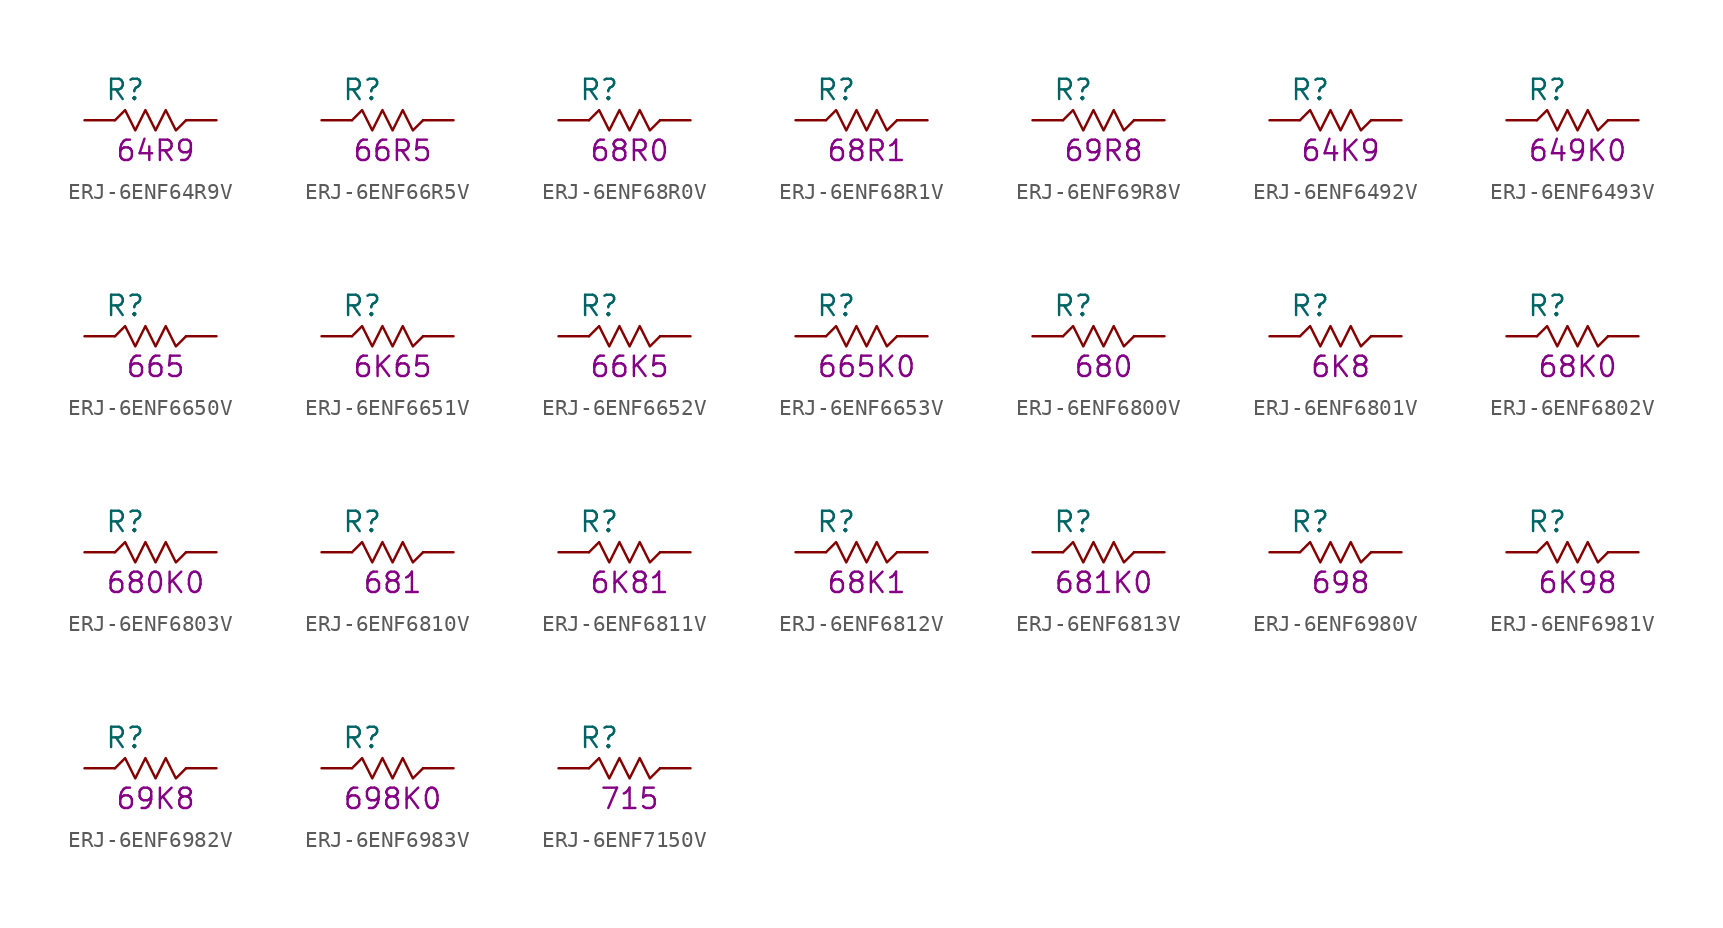
<source format=kicad_sym>
(kicad_symbol_lib
  (version 20211014)
  (generator KiCadLib_py)
  (symbol "ERJ-6ENF64R9V"
    (pin_numbers hide)
    (pin_names hide)
    (property "Reference" "R"
      (at -1.905 1.905 0)
      (effects (font (size 1.27 1.27))))
    (property "Val" "64R9"
      (at 0 -1.905 0)
      (effects (font (size 1.27 1.27))))
    (symbol "ERJ-6ENF64R9V_0_1"
      (polyline (pts (xy -2.54 0) (xy -1.905 0.635) (xy -1.27 -0.635) (xy -0.635 0.635) (xy 0 -0.635) (xy 0.635 0.635) (xy 1.27 -0.635) (xy 1.905 0)) (stroke (width 0) (type default) (color 0 0 0 0)) (fill (type none))))
    (symbol "ERJ-6ENF64R9V_1_1"
      (pin passive line (at -4.445 0 0) (length 1.905) (name "~" (effects (font (size 1.27 1.27)))) (number "1" (effects (font (size 1.27 1.27)))))
      (pin passive line (at 3.81 0 180) (length 1.905) (name "~" (effects (font (size 1.27 1.27)))) (number "2" (effects (font (size 1.27 1.27)))))))
  (symbol "ERJ-6ENF66R5V"
    (pin_numbers hide)
    (pin_names hide)
    (property "Reference" "R"
      (at -1.905 1.905 0)
      (effects (font (size 1.27 1.27))))
    (property "Val" "66R5"
      (at 0 -1.905 0)
      (effects (font (size 1.27 1.27))))
    (symbol "ERJ-6ENF66R5V_0_1"
      (polyline (pts (xy -2.54 0) (xy -1.905 0.635) (xy -1.27 -0.635) (xy -0.635 0.635) (xy 0 -0.635) (xy 0.635 0.635) (xy 1.27 -0.635) (xy 1.905 0)) (stroke (width 0) (type default) (color 0 0 0 0)) (fill (type none))))
    (symbol "ERJ-6ENF66R5V_1_1"
      (pin passive line (at -4.445 0 0) (length 1.905) (name "~" (effects (font (size 1.27 1.27)))) (number "1" (effects (font (size 1.27 1.27)))))
      (pin passive line (at 3.81 0 180) (length 1.905) (name "~" (effects (font (size 1.27 1.27)))) (number "2" (effects (font (size 1.27 1.27)))))))
  (symbol "ERJ-6ENF68R0V"
    (pin_numbers hide)
    (pin_names hide)
    (property "Reference" "R"
      (at -1.905 1.905 0)
      (effects (font (size 1.27 1.27))))
    (property "Val" "68R0"
      (at 0 -1.905 0)
      (effects (font (size 1.27 1.27))))
    (symbol "ERJ-6ENF68R0V_0_1"
      (polyline (pts (xy -2.54 0) (xy -1.905 0.635) (xy -1.27 -0.635) (xy -0.635 0.635) (xy 0 -0.635) (xy 0.635 0.635) (xy 1.27 -0.635) (xy 1.905 0)) (stroke (width 0) (type default) (color 0 0 0 0)) (fill (type none))))
    (symbol "ERJ-6ENF68R0V_1_1"
      (pin passive line (at -4.445 0 0) (length 1.905) (name "~" (effects (font (size 1.27 1.27)))) (number "1" (effects (font (size 1.27 1.27)))))
      (pin passive line (at 3.81 0 180) (length 1.905) (name "~" (effects (font (size 1.27 1.27)))) (number "2" (effects (font (size 1.27 1.27)))))))
  (symbol "ERJ-6ENF68R1V"
    (pin_numbers hide)
    (pin_names hide)
    (property "Reference" "R"
      (at -1.905 1.905 0)
      (effects (font (size 1.27 1.27))))
    (property "Val" "68R1"
      (at 0 -1.905 0)
      (effects (font (size 1.27 1.27))))
    (symbol "ERJ-6ENF68R1V_0_1"
      (polyline (pts (xy -2.54 0) (xy -1.905 0.635) (xy -1.27 -0.635) (xy -0.635 0.635) (xy 0 -0.635) (xy 0.635 0.635) (xy 1.27 -0.635) (xy 1.905 0)) (stroke (width 0) (type default) (color 0 0 0 0)) (fill (type none))))
    (symbol "ERJ-6ENF68R1V_1_1"
      (pin passive line (at -4.445 0 0) (length 1.905) (name "~" (effects (font (size 1.27 1.27)))) (number "1" (effects (font (size 1.27 1.27)))))
      (pin passive line (at 3.81 0 180) (length 1.905) (name "~" (effects (font (size 1.27 1.27)))) (number "2" (effects (font (size 1.27 1.27)))))))
  (symbol "ERJ-6ENF69R8V"
    (pin_numbers hide)
    (pin_names hide)
    (property "Reference" "R"
      (at -1.905 1.905 0)
      (effects (font (size 1.27 1.27))))
    (property "Val" "69R8"
      (at 0 -1.905 0)
      (effects (font (size 1.27 1.27))))
    (symbol "ERJ-6ENF69R8V_0_1"
      (polyline (pts (xy -2.54 0) (xy -1.905 0.635) (xy -1.27 -0.635) (xy -0.635 0.635) (xy 0 -0.635) (xy 0.635 0.635) (xy 1.27 -0.635) (xy 1.905 0)) (stroke (width 0) (type default) (color 0 0 0 0)) (fill (type none))))
    (symbol "ERJ-6ENF69R8V_1_1"
      (pin passive line (at -4.445 0 0) (length 1.905) (name "~" (effects (font (size 1.27 1.27)))) (number "1" (effects (font (size 1.27 1.27)))))
      (pin passive line (at 3.81 0 180) (length 1.905) (name "~" (effects (font (size 1.27 1.27)))) (number "2" (effects (font (size 1.27 1.27)))))))
  (symbol "ERJ-6ENF6492V"
    (pin_numbers hide)
    (pin_names hide)
    (property "Reference" "R"
      (at -1.905 1.905 0)
      (effects (font (size 1.27 1.27))))
    (property "Val" "64K9"
      (at 0 -1.905 0)
      (effects (font (size 1.27 1.27))))
    (symbol "ERJ-6ENF6492V_0_1"
      (polyline (pts (xy -2.54 0) (xy -1.905 0.635) (xy -1.27 -0.635) (xy -0.635 0.635) (xy 0 -0.635) (xy 0.635 0.635) (xy 1.27 -0.635) (xy 1.905 0)) (stroke (width 0) (type default) (color 0 0 0 0)) (fill (type none))))
    (symbol "ERJ-6ENF6492V_1_1"
      (pin passive line (at -4.445 0 0) (length 1.905) (name "~" (effects (font (size 1.27 1.27)))) (number "1" (effects (font (size 1.27 1.27)))))
      (pin passive line (at 3.81 0 180) (length 1.905) (name "~" (effects (font (size 1.27 1.27)))) (number "2" (effects (font (size 1.27 1.27)))))))
  (symbol "ERJ-6ENF6493V"
    (pin_numbers hide)
    (pin_names hide)
    (property "Reference" "R"
      (at -1.905 1.905 0)
      (effects (font (size 1.27 1.27))))
    (property "Val" "649K0"
      (at 0 -1.905 0)
      (effects (font (size 1.27 1.27))))
    (symbol "ERJ-6ENF6493V_0_1"
      (polyline (pts (xy -2.54 0) (xy -1.905 0.635) (xy -1.27 -0.635) (xy -0.635 0.635) (xy 0 -0.635) (xy 0.635 0.635) (xy 1.27 -0.635) (xy 1.905 0)) (stroke (width 0) (type default) (color 0 0 0 0)) (fill (type none))))
    (symbol "ERJ-6ENF6493V_1_1"
      (pin passive line (at -4.445 0 0) (length 1.905) (name "~" (effects (font (size 1.27 1.27)))) (number "1" (effects (font (size 1.27 1.27)))))
      (pin passive line (at 3.81 0 180) (length 1.905) (name "~" (effects (font (size 1.27 1.27)))) (number "2" (effects (font (size 1.27 1.27)))))))
  (symbol "ERJ-6ENF6650V"
    (pin_numbers hide)
    (pin_names hide)
    (property "Reference" "R"
      (at -1.905 1.905 0)
      (effects (font (size 1.27 1.27))))
    (property "Val" "665"
      (at 0 -1.905 0)
      (effects (font (size 1.27 1.27))))
    (symbol "ERJ-6ENF6650V_0_1"
      (polyline (pts (xy -2.54 0) (xy -1.905 0.635) (xy -1.27 -0.635) (xy -0.635 0.635) (xy 0 -0.635) (xy 0.635 0.635) (xy 1.27 -0.635) (xy 1.905 0)) (stroke (width 0) (type default) (color 0 0 0 0)) (fill (type none))))
    (symbol "ERJ-6ENF6650V_1_1"
      (pin passive line (at -4.445 0 0) (length 1.905) (name "~" (effects (font (size 1.27 1.27)))) (number "1" (effects (font (size 1.27 1.27)))))
      (pin passive line (at 3.81 0 180) (length 1.905) (name "~" (effects (font (size 1.27 1.27)))) (number "2" (effects (font (size 1.27 1.27)))))))
  (symbol "ERJ-6ENF6651V"
    (pin_numbers hide)
    (pin_names hide)
    (property "Reference" "R"
      (at -1.905 1.905 0)
      (effects (font (size 1.27 1.27))))
    (property "Val" "6K65"
      (at 0 -1.905 0)
      (effects (font (size 1.27 1.27))))
    (symbol "ERJ-6ENF6651V_0_1"
      (polyline (pts (xy -2.54 0) (xy -1.905 0.635) (xy -1.27 -0.635) (xy -0.635 0.635) (xy 0 -0.635) (xy 0.635 0.635) (xy 1.27 -0.635) (xy 1.905 0)) (stroke (width 0) (type default) (color 0 0 0 0)) (fill (type none))))
    (symbol "ERJ-6ENF6651V_1_1"
      (pin passive line (at -4.445 0 0) (length 1.905) (name "~" (effects (font (size 1.27 1.27)))) (number "1" (effects (font (size 1.27 1.27)))))
      (pin passive line (at 3.81 0 180) (length 1.905) (name "~" (effects (font (size 1.27 1.27)))) (number "2" (effects (font (size 1.27 1.27)))))))
  (symbol "ERJ-6ENF6652V"
    (pin_numbers hide)
    (pin_names hide)
    (property "Reference" "R"
      (at -1.905 1.905 0)
      (effects (font (size 1.27 1.27))))
    (property "Val" "66K5"
      (at 0 -1.905 0)
      (effects (font (size 1.27 1.27))))
    (symbol "ERJ-6ENF6652V_0_1"
      (polyline (pts (xy -2.54 0) (xy -1.905 0.635) (xy -1.27 -0.635) (xy -0.635 0.635) (xy 0 -0.635) (xy 0.635 0.635) (xy 1.27 -0.635) (xy 1.905 0)) (stroke (width 0) (type default) (color 0 0 0 0)) (fill (type none))))
    (symbol "ERJ-6ENF6652V_1_1"
      (pin passive line (at -4.445 0 0) (length 1.905) (name "~" (effects (font (size 1.27 1.27)))) (number "1" (effects (font (size 1.27 1.27)))))
      (pin passive line (at 3.81 0 180) (length 1.905) (name "~" (effects (font (size 1.27 1.27)))) (number "2" (effects (font (size 1.27 1.27)))))))
  (symbol "ERJ-6ENF6653V"
    (pin_numbers hide)
    (pin_names hide)
    (property "Reference" "R"
      (at -1.905 1.905 0)
      (effects (font (size 1.27 1.27))))
    (property "Val" "665K0"
      (at 0 -1.905 0)
      (effects (font (size 1.27 1.27))))
    (symbol "ERJ-6ENF6653V_0_1"
      (polyline (pts (xy -2.54 0) (xy -1.905 0.635) (xy -1.27 -0.635) (xy -0.635 0.635) (xy 0 -0.635) (xy 0.635 0.635) (xy 1.27 -0.635) (xy 1.905 0)) (stroke (width 0) (type default) (color 0 0 0 0)) (fill (type none))))
    (symbol "ERJ-6ENF6653V_1_1"
      (pin passive line (at -4.445 0 0) (length 1.905) (name "~" (effects (font (size 1.27 1.27)))) (number "1" (effects (font (size 1.27 1.27)))))
      (pin passive line (at 3.81 0 180) (length 1.905) (name "~" (effects (font (size 1.27 1.27)))) (number "2" (effects (font (size 1.27 1.27)))))))
  (symbol "ERJ-6ENF6800V"
    (pin_numbers hide)
    (pin_names hide)
    (property "Reference" "R"
      (at -1.905 1.905 0)
      (effects (font (size 1.27 1.27))))
    (property "Val" "680"
      (at 0 -1.905 0)
      (effects (font (size 1.27 1.27))))
    (symbol "ERJ-6ENF6800V_0_1"
      (polyline (pts (xy -2.54 0) (xy -1.905 0.635) (xy -1.27 -0.635) (xy -0.635 0.635) (xy 0 -0.635) (xy 0.635 0.635) (xy 1.27 -0.635) (xy 1.905 0)) (stroke (width 0) (type default) (color 0 0 0 0)) (fill (type none))))
    (symbol "ERJ-6ENF6800V_1_1"
      (pin passive line (at -4.445 0 0) (length 1.905) (name "~" (effects (font (size 1.27 1.27)))) (number "1" (effects (font (size 1.27 1.27)))))
      (pin passive line (at 3.81 0 180) (length 1.905) (name "~" (effects (font (size 1.27 1.27)))) (number "2" (effects (font (size 1.27 1.27)))))))
  (symbol "ERJ-6ENF6801V"
    (pin_numbers hide)
    (pin_names hide)
    (property "Reference" "R"
      (at -1.905 1.905 0)
      (effects (font (size 1.27 1.27))))
    (property "Val" "6K8"
      (at 0 -1.905 0)
      (effects (font (size 1.27 1.27))))
    (symbol "ERJ-6ENF6801V_0_1"
      (polyline (pts (xy -2.54 0) (xy -1.905 0.635) (xy -1.27 -0.635) (xy -0.635 0.635) (xy 0 -0.635) (xy 0.635 0.635) (xy 1.27 -0.635) (xy 1.905 0)) (stroke (width 0) (type default) (color 0 0 0 0)) (fill (type none))))
    (symbol "ERJ-6ENF6801V_1_1"
      (pin passive line (at -4.445 0 0) (length 1.905) (name "~" (effects (font (size 1.27 1.27)))) (number "1" (effects (font (size 1.27 1.27)))))
      (pin passive line (at 3.81 0 180) (length 1.905) (name "~" (effects (font (size 1.27 1.27)))) (number "2" (effects (font (size 1.27 1.27)))))))
  (symbol "ERJ-6ENF6802V"
    (pin_numbers hide)
    (pin_names hide)
    (property "Reference" "R"
      (at -1.905 1.905 0)
      (effects (font (size 1.27 1.27))))
    (property "Val" "68K0"
      (at 0 -1.905 0)
      (effects (font (size 1.27 1.27))))
    (symbol "ERJ-6ENF6802V_0_1"
      (polyline (pts (xy -2.54 0) (xy -1.905 0.635) (xy -1.27 -0.635) (xy -0.635 0.635) (xy 0 -0.635) (xy 0.635 0.635) (xy 1.27 -0.635) (xy 1.905 0)) (stroke (width 0) (type default) (color 0 0 0 0)) (fill (type none))))
    (symbol "ERJ-6ENF6802V_1_1"
      (pin passive line (at -4.445 0 0) (length 1.905) (name "~" (effects (font (size 1.27 1.27)))) (number "1" (effects (font (size 1.27 1.27)))))
      (pin passive line (at 3.81 0 180) (length 1.905) (name "~" (effects (font (size 1.27 1.27)))) (number "2" (effects (font (size 1.27 1.27)))))))
  (symbol "ERJ-6ENF6803V"
    (pin_numbers hide)
    (pin_names hide)
    (property "Reference" "R"
      (at -1.905 1.905 0)
      (effects (font (size 1.27 1.27))))
    (property "Val" "680K0"
      (at 0 -1.905 0)
      (effects (font (size 1.27 1.27))))
    (symbol "ERJ-6ENF6803V_0_1"
      (polyline (pts (xy -2.54 0) (xy -1.905 0.635) (xy -1.27 -0.635) (xy -0.635 0.635) (xy 0 -0.635) (xy 0.635 0.635) (xy 1.27 -0.635) (xy 1.905 0)) (stroke (width 0) (type default) (color 0 0 0 0)) (fill (type none))))
    (symbol "ERJ-6ENF6803V_1_1"
      (pin passive line (at -4.445 0 0) (length 1.905) (name "~" (effects (font (size 1.27 1.27)))) (number "1" (effects (font (size 1.27 1.27)))))
      (pin passive line (at 3.81 0 180) (length 1.905) (name "~" (effects (font (size 1.27 1.27)))) (number "2" (effects (font (size 1.27 1.27)))))))
  (symbol "ERJ-6ENF6810V"
    (pin_numbers hide)
    (pin_names hide)
    (property "Reference" "R"
      (at -1.905 1.905 0)
      (effects (font (size 1.27 1.27))))
    (property "Val" "681"
      (at 0 -1.905 0)
      (effects (font (size 1.27 1.27))))
    (symbol "ERJ-6ENF6810V_0_1"
      (polyline (pts (xy -2.54 0) (xy -1.905 0.635) (xy -1.27 -0.635) (xy -0.635 0.635) (xy 0 -0.635) (xy 0.635 0.635) (xy 1.27 -0.635) (xy 1.905 0)) (stroke (width 0) (type default) (color 0 0 0 0)) (fill (type none))))
    (symbol "ERJ-6ENF6810V_1_1"
      (pin passive line (at -4.445 0 0) (length 1.905) (name "~" (effects (font (size 1.27 1.27)))) (number "1" (effects (font (size 1.27 1.27)))))
      (pin passive line (at 3.81 0 180) (length 1.905) (name "~" (effects (font (size 1.27 1.27)))) (number "2" (effects (font (size 1.27 1.27)))))))
  (symbol "ERJ-6ENF6811V"
    (pin_numbers hide)
    (pin_names hide)
    (property "Reference" "R"
      (at -1.905 1.905 0)
      (effects (font (size 1.27 1.27))))
    (property "Val" "6K81"
      (at 0 -1.905 0)
      (effects (font (size 1.27 1.27))))
    (symbol "ERJ-6ENF6811V_0_1"
      (polyline (pts (xy -2.54 0) (xy -1.905 0.635) (xy -1.27 -0.635) (xy -0.635 0.635) (xy 0 -0.635) (xy 0.635 0.635) (xy 1.27 -0.635) (xy 1.905 0)) (stroke (width 0) (type default) (color 0 0 0 0)) (fill (type none))))
    (symbol "ERJ-6ENF6811V_1_1"
      (pin passive line (at -4.445 0 0) (length 1.905) (name "~" (effects (font (size 1.27 1.27)))) (number "1" (effects (font (size 1.27 1.27)))))
      (pin passive line (at 3.81 0 180) (length 1.905) (name "~" (effects (font (size 1.27 1.27)))) (number "2" (effects (font (size 1.27 1.27)))))))
  (symbol "ERJ-6ENF6812V"
    (pin_numbers hide)
    (pin_names hide)
    (property "Reference" "R"
      (at -1.905 1.905 0)
      (effects (font (size 1.27 1.27))))
    (property "Val" "68K1"
      (at 0 -1.905 0)
      (effects (font (size 1.27 1.27))))
    (symbol "ERJ-6ENF6812V_0_1"
      (polyline (pts (xy -2.54 0) (xy -1.905 0.635) (xy -1.27 -0.635) (xy -0.635 0.635) (xy 0 -0.635) (xy 0.635 0.635) (xy 1.27 -0.635) (xy 1.905 0)) (stroke (width 0) (type default) (color 0 0 0 0)) (fill (type none))))
    (symbol "ERJ-6ENF6812V_1_1"
      (pin passive line (at -4.445 0 0) (length 1.905) (name "~" (effects (font (size 1.27 1.27)))) (number "1" (effects (font (size 1.27 1.27)))))
      (pin passive line (at 3.81 0 180) (length 1.905) (name "~" (effects (font (size 1.27 1.27)))) (number "2" (effects (font (size 1.27 1.27)))))))
  (symbol "ERJ-6ENF6813V"
    (pin_numbers hide)
    (pin_names hide)
    (property "Reference" "R"
      (at -1.905 1.905 0)
      (effects (font (size 1.27 1.27))))
    (property "Val" "681K0"
      (at 0 -1.905 0)
      (effects (font (size 1.27 1.27))))
    (symbol "ERJ-6ENF6813V_0_1"
      (polyline (pts (xy -2.54 0) (xy -1.905 0.635) (xy -1.27 -0.635) (xy -0.635 0.635) (xy 0 -0.635) (xy 0.635 0.635) (xy 1.27 -0.635) (xy 1.905 0)) (stroke (width 0) (type default) (color 0 0 0 0)) (fill (type none))))
    (symbol "ERJ-6ENF6813V_1_1"
      (pin passive line (at -4.445 0 0) (length 1.905) (name "~" (effects (font (size 1.27 1.27)))) (number "1" (effects (font (size 1.27 1.27)))))
      (pin passive line (at 3.81 0 180) (length 1.905) (name "~" (effects (font (size 1.27 1.27)))) (number "2" (effects (font (size 1.27 1.27)))))))
  (symbol "ERJ-6ENF6980V"
    (pin_numbers hide)
    (pin_names hide)
    (property "Reference" "R"
      (at -1.905 1.905 0)
      (effects (font (size 1.27 1.27))))
    (property "Val" "698"
      (at 0 -1.905 0)
      (effects (font (size 1.27 1.27))))
    (symbol "ERJ-6ENF6980V_0_1"
      (polyline (pts (xy -2.54 0) (xy -1.905 0.635) (xy -1.27 -0.635) (xy -0.635 0.635) (xy 0 -0.635) (xy 0.635 0.635) (xy 1.27 -0.635) (xy 1.905 0)) (stroke (width 0) (type default) (color 0 0 0 0)) (fill (type none))))
    (symbol "ERJ-6ENF6980V_1_1"
      (pin passive line (at -4.445 0 0) (length 1.905) (name "~" (effects (font (size 1.27 1.27)))) (number "1" (effects (font (size 1.27 1.27)))))
      (pin passive line (at 3.81 0 180) (length 1.905) (name "~" (effects (font (size 1.27 1.27)))) (number "2" (effects (font (size 1.27 1.27)))))))
  (symbol "ERJ-6ENF6981V"
    (pin_numbers hide)
    (pin_names hide)
    (property "Reference" "R"
      (at -1.905 1.905 0)
      (effects (font (size 1.27 1.27))))
    (property "Val" "6K98"
      (at 0 -1.905 0)
      (effects (font (size 1.27 1.27))))
    (symbol "ERJ-6ENF6981V_0_1"
      (polyline (pts (xy -2.54 0) (xy -1.905 0.635) (xy -1.27 -0.635) (xy -0.635 0.635) (xy 0 -0.635) (xy 0.635 0.635) (xy 1.27 -0.635) (xy 1.905 0)) (stroke (width 0) (type default) (color 0 0 0 0)) (fill (type none))))
    (symbol "ERJ-6ENF6981V_1_1"
      (pin passive line (at -4.445 0 0) (length 1.905) (name "~" (effects (font (size 1.27 1.27)))) (number "1" (effects (font (size 1.27 1.27)))))
      (pin passive line (at 3.81 0 180) (length 1.905) (name "~" (effects (font (size 1.27 1.27)))) (number "2" (effects (font (size 1.27 1.27)))))))
  (symbol "ERJ-6ENF6982V"
    (pin_numbers hide)
    (pin_names hide)
    (property "Reference" "R"
      (at -1.905 1.905 0)
      (effects (font (size 1.27 1.27))))
    (property "Val" "69K8"
      (at 0 -1.905 0)
      (effects (font (size 1.27 1.27))))
    (symbol "ERJ-6ENF6982V_0_1"
      (polyline (pts (xy -2.54 0) (xy -1.905 0.635) (xy -1.27 -0.635) (xy -0.635 0.635) (xy 0 -0.635) (xy 0.635 0.635) (xy 1.27 -0.635) (xy 1.905 0)) (stroke (width 0) (type default) (color 0 0 0 0)) (fill (type none))))
    (symbol "ERJ-6ENF6982V_1_1"
      (pin passive line (at -4.445 0 0) (length 1.905) (name "~" (effects (font (size 1.27 1.27)))) (number "1" (effects (font (size 1.27 1.27)))))
      (pin passive line (at 3.81 0 180) (length 1.905) (name "~" (effects (font (size 1.27 1.27)))) (number "2" (effects (font (size 1.27 1.27)))))))
  (symbol "ERJ-6ENF6983V"
    (pin_numbers hide)
    (pin_names hide)
    (property "Reference" "R"
      (at -1.905 1.905 0)
      (effects (font (size 1.27 1.27))))
    (property "Val" "698K0"
      (at 0 -1.905 0)
      (effects (font (size 1.27 1.27))))
    (symbol "ERJ-6ENF6983V_0_1"
      (polyline (pts (xy -2.54 0) (xy -1.905 0.635) (xy -1.27 -0.635) (xy -0.635 0.635) (xy 0 -0.635) (xy 0.635 0.635) (xy 1.27 -0.635) (xy 1.905 0)) (stroke (width 0) (type default) (color 0 0 0 0)) (fill (type none))))
    (symbol "ERJ-6ENF6983V_1_1"
      (pin passive line (at -4.445 0 0) (length 1.905) (name "~" (effects (font (size 1.27 1.27)))) (number "1" (effects (font (size 1.27 1.27)))))
      (pin passive line (at 3.81 0 180) (length 1.905) (name "~" (effects (font (size 1.27 1.27)))) (number "2" (effects (font (size 1.27 1.27)))))))
  (symbol "ERJ-6ENF7150V"
    (pin_numbers hide)
    (pin_names hide)
    (property "Reference" "R"
      (at -1.905 1.905 0)
      (effects (font (size 1.27 1.27))))
    (property "Val" "715"
      (at 0 -1.905 0)
      (effects (font (size 1.27 1.27))))
    (symbol "ERJ-6ENF7150V_0_1"
      (polyline (pts (xy -2.54 0) (xy -1.905 0.635) (xy -1.27 -0.635) (xy -0.635 0.635) (xy 0 -0.635) (xy 0.635 0.635) (xy 1.27 -0.635) (xy 1.905 0)) (stroke (width 0) (type default) (color 0 0 0 0)) (fill (type none))))
    (symbol "ERJ-6ENF7150V_1_1"
      (pin passive line (at -4.445 0 0) (length 1.905) (name "~" (effects (font (size 1.27 1.27)))) (number "1" (effects (font (size 1.27 1.27)))))
      (pin passive line (at 3.81 0 180) (length 1.905) (name "~" (effects (font (size 1.27 1.27)))) (number "2" (effects (font (size 1.27 1.27))))))))
</source>
